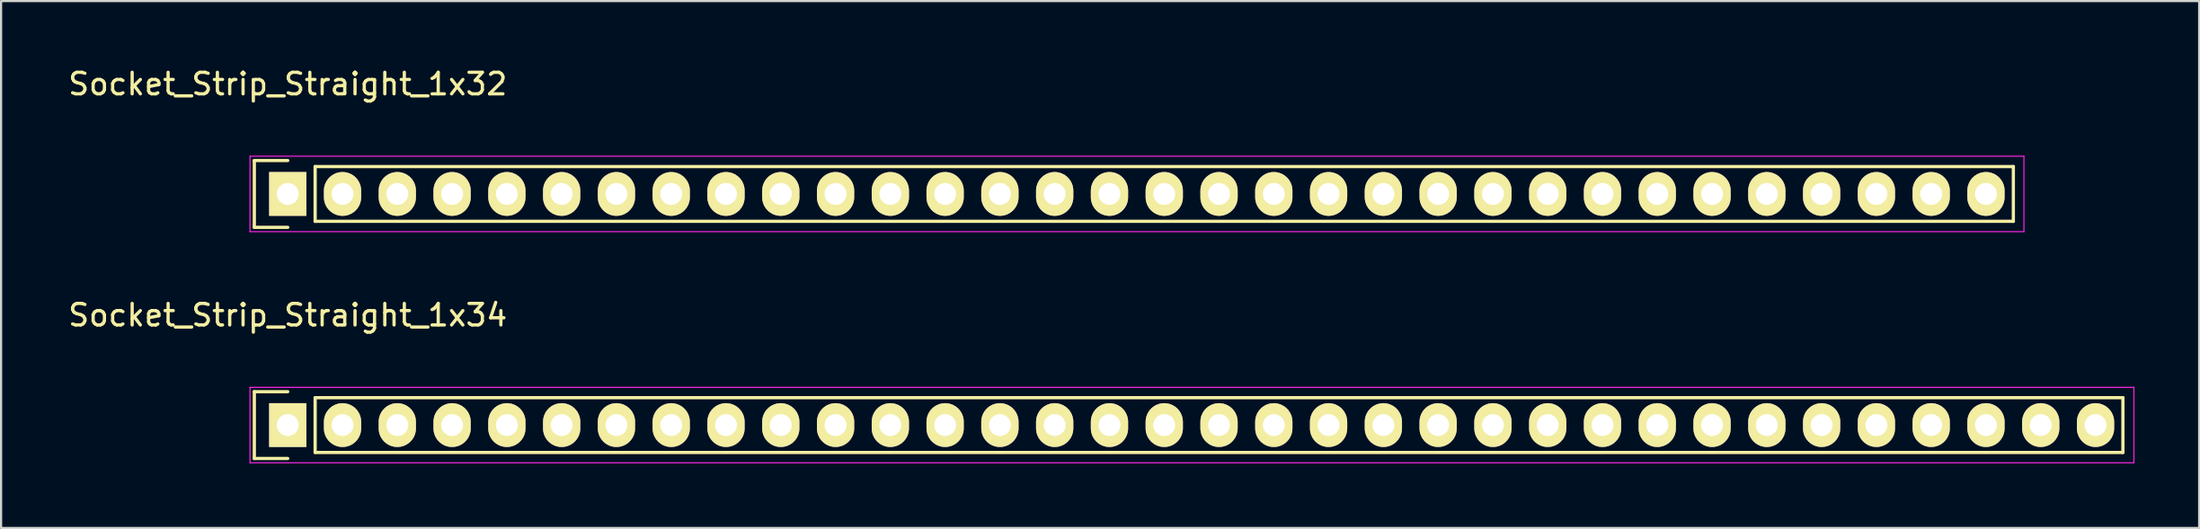
<source format=kicad_pcb>
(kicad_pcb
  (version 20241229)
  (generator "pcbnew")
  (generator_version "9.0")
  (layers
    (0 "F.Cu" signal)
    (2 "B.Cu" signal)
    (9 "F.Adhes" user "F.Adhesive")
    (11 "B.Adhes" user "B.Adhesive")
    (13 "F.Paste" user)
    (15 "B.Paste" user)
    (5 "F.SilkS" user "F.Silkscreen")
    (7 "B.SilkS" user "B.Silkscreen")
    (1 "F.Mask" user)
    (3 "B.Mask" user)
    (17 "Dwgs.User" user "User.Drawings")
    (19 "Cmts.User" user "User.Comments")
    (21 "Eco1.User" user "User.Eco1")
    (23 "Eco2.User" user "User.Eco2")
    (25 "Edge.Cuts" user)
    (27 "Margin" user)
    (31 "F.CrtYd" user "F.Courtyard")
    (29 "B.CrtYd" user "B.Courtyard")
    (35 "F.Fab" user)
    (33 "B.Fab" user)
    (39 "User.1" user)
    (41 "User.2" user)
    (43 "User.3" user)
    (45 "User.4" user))
  (footprint "Socket_Strip_Straight_1x34"
    (layer "F.Cu")
    (at 10.292 16.672)
    (property "Reference" "Socket_Strip_Straight_1x34" (at 0 -5.1 0) (layer "F.SilkS") (effects (font (size 1 1) (thickness 0.15))))
    (attr through_hole)
    (fp_line (start -1.55 -1.55) (end -1.55 1.55) (stroke (width 0.15) (type solid)) (layer "F.SilkS"))
    (fp_line (start -1.55 1.55) (end 0 1.55) (stroke (width 0.15) (type solid)) (layer "F.SilkS"))
    (fp_line (start 0 -1.55) (end -1.55 -1.55) (stroke (width 0.15) (type solid)) (layer "F.SilkS"))
    (fp_line (start 1.27 -1.27) (end 85.09 -1.27) (stroke (width 0.15) (type solid)) (layer "F.SilkS"))
    (fp_line (start 1.27 1.27) (end 1.27 -1.27) (stroke (width 0.15) (type solid)) (layer "F.SilkS"))
    (fp_line (start 85.09 -1.27) (end 85.09 1.27) (stroke (width 0.15) (type solid)) (layer "F.SilkS"))
    (fp_line (start 85.09 1.27) (end 1.27 1.27) (stroke (width 0.15) (type solid)) (layer "F.SilkS"))
    (fp_line (start -1.75 -1.75) (end -1.75 1.75) (stroke (width 0.05) (type solid)) (layer "F.CrtYd"))
    (fp_line (start -1.75 -1.75) (end 85.6 -1.75) (stroke (width 0.05) (type solid)) (layer "F.CrtYd"))
    (fp_line (start -1.75 1.75) (end 85.6 1.75) (stroke (width 0.05) (type solid)) (layer "F.CrtYd"))
    (fp_line (start 85.6 -1.75) (end 85.6 1.75) (stroke (width 0.05) (type solid)) (layer "F.CrtYd"))
    (pad "1" thru_hole rect (at 0 0) (size 1.727 2.032) (drill 1.016) (layers "*.Cu" "*.Mask" "F.SilkS"))
    (pad "2" thru_hole oval (at 2.54 0) (size 1.727 2.032) (drill 1.016) (layers "*.Cu" "*.Mask" "F.SilkS"))
    (pad "3" thru_hole oval (at 5.08 0) (size 1.727 2.032) (drill 1.016) (layers "*.Cu" "*.Mask" "F.SilkS"))
    (pad "4" thru_hole oval (at 7.62 0) (size 1.727 2.032) (drill 1.016) (layers "*.Cu" "*.Mask" "F.SilkS"))
    (pad "5" thru_hole oval (at 10.16 0) (size 1.727 2.032) (drill 1.016) (layers "*.Cu" "*.Mask" "F.SilkS"))
    (pad "6" thru_hole oval (at 12.7 0) (size 1.727 2.032) (drill 1.016) (layers "*.Cu" "*.Mask" "F.SilkS"))
    (pad "7" thru_hole oval (at 15.24 0) (size 1.727 2.032) (drill 1.016) (layers "*.Cu" "*.Mask" "F.SilkS"))
    (pad "8" thru_hole oval (at 17.78 0) (size 1.727 2.032) (drill 1.016) (layers "*.Cu" "*.Mask" "F.SilkS"))
    (pad "9" thru_hole oval (at 20.32 0) (size 1.727 2.032) (drill 1.016) (layers "*.Cu" "*.Mask" "F.SilkS"))
    (pad "10" thru_hole oval (at 22.86 0) (size 1.727 2.032) (drill 1.016) (layers "*.Cu" "*.Mask" "F.SilkS"))
    (pad "11" thru_hole oval (at 25.4 0) (size 1.727 2.032) (drill 1.016) (layers "*.Cu" "*.Mask" "F.SilkS"))
    (pad "12" thru_hole oval (at 27.94 0) (size 1.727 2.032) (drill 1.016) (layers "*.Cu" "*.Mask" "F.SilkS"))
    (pad "13" thru_hole oval (at 30.48 0) (size 1.727 2.032) (drill 1.016) (layers "*.Cu" "*.Mask" "F.SilkS"))
    (pad "14" thru_hole oval (at 33.02 0) (size 1.727 2.032) (drill 1.016) (layers "*.Cu" "*.Mask" "F.SilkS"))
    (pad "15" thru_hole oval (at 35.56 0) (size 1.727 2.032) (drill 1.016) (layers "*.Cu" "*.Mask" "F.SilkS"))
    (pad "16" thru_hole oval (at 38.1 0) (size 1.727 2.032) (drill 1.016) (layers "*.Cu" "*.Mask" "F.SilkS"))
    (pad "17" thru_hole oval (at 40.64 0) (size 1.727 2.032) (drill 1.016) (layers "*.Cu" "*.Mask" "F.SilkS"))
    (pad "18" thru_hole oval (at 43.18 0) (size 1.727 2.032) (drill 1.016) (layers "*.Cu" "*.Mask" "F.SilkS"))
    (pad "19" thru_hole oval (at 45.72 0) (size 1.727 2.032) (drill 1.016) (layers "*.Cu" "*.Mask" "F.SilkS"))
    (pad "20" thru_hole oval (at 48.26 0) (size 1.727 2.032) (drill 1.016) (layers "*.Cu" "*.Mask" "F.SilkS"))
    (pad "21" thru_hole oval (at 50.8 0) (size 1.727 2.032) (drill 1.016) (layers "*.Cu" "*.Mask" "F.SilkS"))
    (pad "22" thru_hole oval (at 53.34 0) (size 1.727 2.032) (drill 1.016) (layers "*.Cu" "*.Mask" "F.SilkS"))
    (pad "23" thru_hole oval (at 55.88 0) (size 1.727 2.032) (drill 1.016) (layers "*.Cu" "*.Mask" "F.SilkS"))
    (pad "24" thru_hole oval (at 58.42 0) (size 1.727 2.032) (drill 1.016) (layers "*.Cu" "*.Mask" "F.SilkS"))
    (pad "25" thru_hole oval (at 60.96 0) (size 1.727 2.032) (drill 1.016) (layers "*.Cu" "*.Mask" "F.SilkS"))
    (pad "26" thru_hole oval (at 63.5 0) (size 1.727 2.032) (drill 1.016) (layers "*.Cu" "*.Mask" "F.SilkS"))
    (pad "27" thru_hole oval (at 66.04 0) (size 1.727 2.032) (drill 1.016) (layers "*.Cu" "*.Mask" "F.SilkS"))
    (pad "28" thru_hole oval (at 68.58 0) (size 1.727 2.032) (drill 1.016) (layers "*.Cu" "*.Mask" "F.SilkS"))
    (pad "29" thru_hole oval (at 71.12 0) (size 1.727 2.032) (drill 1.016) (layers "*.Cu" "*.Mask" "F.SilkS"))
    (pad "30" thru_hole oval (at 73.66 0) (size 1.727 2.032) (drill 1.016) (layers "*.Cu" "*.Mask" "F.SilkS"))
    (pad "31" thru_hole oval (at 76.2 0) (size 1.727 2.032) (drill 1.016) (layers "*.Cu" "*.Mask" "F.SilkS"))
    (pad "32" thru_hole oval (at 78.74 0) (size 1.727 2.032) (drill 1.016) (layers "*.Cu" "*.Mask" "F.SilkS"))
    (pad "33" thru_hole oval (at 81.28 0) (size 1.727 2.032) (drill 1.016) (layers "*.Cu" "*.Mask" "F.SilkS"))
    (pad "34" thru_hole oval (at 83.82 0) (size 1.727 2.032) (drill 1.016) (layers "*.Cu" "*.Mask" "F.SilkS")))
  (footprint "Socket_Strip_Straight_1x32"
    (layer "F.Cu")
    (at 10.292 5.948)
    (property "Reference" "Socket_Strip_Straight_1x32" (at 0 -5.1 0) (layer "F.SilkS") (effects (font (size 1 1) (thickness 0.15))))
    (attr through_hole)
    (fp_line (start -1.55 -1.55) (end -1.55 1.55) (stroke (width 0.15) (type solid)) (layer "F.SilkS"))
    (fp_line (start -1.55 1.55) (end 0 1.55) (stroke (width 0.15) (type solid)) (layer "F.SilkS"))
    (fp_line (start 0 -1.55) (end -1.55 -1.55) (stroke (width 0.15) (type solid)) (layer "F.SilkS"))
    (fp_line (start 1.27 -1.27) (end 80.01 -1.27) (stroke (width 0.15) (type solid)) (layer "F.SilkS"))
    (fp_line (start 1.27 1.27) (end 1.27 -1.27) (stroke (width 0.15) (type solid)) (layer "F.SilkS"))
    (fp_line (start 80.01 -1.27) (end 80.01 1.27) (stroke (width 0.15) (type solid)) (layer "F.SilkS"))
    (fp_line (start 80.01 1.27) (end 1.27 1.27) (stroke (width 0.15) (type solid)) (layer "F.SilkS"))
    (fp_line (start -1.75 -1.75) (end -1.75 1.75) (stroke (width 0.05) (type solid)) (layer "F.CrtYd"))
    (fp_line (start -1.75 -1.75) (end 80.5 -1.75) (stroke (width 0.05) (type solid)) (layer "F.CrtYd"))
    (fp_line (start -1.75 1.75) (end 80.5 1.75) (stroke (width 0.05) (type solid)) (layer "F.CrtYd"))
    (fp_line (start 80.5 -1.75) (end 80.5 1.75) (stroke (width 0.05) (type solid)) (layer "F.CrtYd"))
    (pad "1" thru_hole rect (at 0 0) (size 1.727 2.032) (drill 1.016) (layers "*.Cu" "*.Mask" "F.SilkS"))
    (pad "2" thru_hole oval (at 2.54 0) (size 1.727 2.032) (drill 1.016) (layers "*.Cu" "*.Mask" "F.SilkS"))
    (pad "3" thru_hole oval (at 5.08 0) (size 1.727 2.032) (drill 1.016) (layers "*.Cu" "*.Mask" "F.SilkS"))
    (pad "4" thru_hole oval (at 7.62 0) (size 1.727 2.032) (drill 1.016) (layers "*.Cu" "*.Mask" "F.SilkS"))
    (pad "5" thru_hole oval (at 10.16 0) (size 1.727 2.032) (drill 1.016) (layers "*.Cu" "*.Mask" "F.SilkS"))
    (pad "6" thru_hole oval (at 12.7 0) (size 1.727 2.032) (drill 1.016) (layers "*.Cu" "*.Mask" "F.SilkS"))
    (pad "7" thru_hole oval (at 15.24 0) (size 1.727 2.032) (drill 1.016) (layers "*.Cu" "*.Mask" "F.SilkS"))
    (pad "8" thru_hole oval (at 17.78 0) (size 1.727 2.032) (drill 1.016) (layers "*.Cu" "*.Mask" "F.SilkS"))
    (pad "9" thru_hole oval (at 20.32 0) (size 1.727 2.032) (drill 1.016) (layers "*.Cu" "*.Mask" "F.SilkS"))
    (pad "10" thru_hole oval (at 22.86 0) (size 1.727 2.032) (drill 1.016) (layers "*.Cu" "*.Mask" "F.SilkS"))
    (pad "11" thru_hole oval (at 25.4 0) (size 1.727 2.032) (drill 1.016) (layers "*.Cu" "*.Mask" "F.SilkS"))
    (pad "12" thru_hole oval (at 27.94 0) (size 1.727 2.032) (drill 1.016) (layers "*.Cu" "*.Mask" "F.SilkS"))
    (pad "13" thru_hole oval (at 30.48 0) (size 1.727 2.032) (drill 1.016) (layers "*.Cu" "*.Mask" "F.SilkS"))
    (pad "14" thru_hole oval (at 33.02 0) (size 1.727 2.032) (drill 1.016) (layers "*.Cu" "*.Mask" "F.SilkS"))
    (pad "15" thru_hole oval (at 35.56 0) (size 1.727 2.032) (drill 1.016) (layers "*.Cu" "*.Mask" "F.SilkS"))
    (pad "16" thru_hole oval (at 38.1 0) (size 1.727 2.032) (drill 1.016) (layers "*.Cu" "*.Mask" "F.SilkS"))
    (pad "17" thru_hole oval (at 40.64 0) (size 1.727 2.032) (drill 1.016) (layers "*.Cu" "*.Mask" "F.SilkS"))
    (pad "18" thru_hole oval (at 43.18 0) (size 1.727 2.032) (drill 1.016) (layers "*.Cu" "*.Mask" "F.SilkS"))
    (pad "19" thru_hole oval (at 45.72 0) (size 1.727 2.032) (drill 1.016) (layers "*.Cu" "*.Mask" "F.SilkS"))
    (pad "20" thru_hole oval (at 48.26 0) (size 1.727 2.032) (drill 1.016) (layers "*.Cu" "*.Mask" "F.SilkS"))
    (pad "21" thru_hole oval (at 50.8 0) (size 1.727 2.032) (drill 1.016) (layers "*.Cu" "*.Mask" "F.SilkS"))
    (pad "22" thru_hole oval (at 53.34 0) (size 1.727 2.032) (drill 1.016) (layers "*.Cu" "*.Mask" "F.SilkS"))
    (pad "23" thru_hole oval (at 55.88 0) (size 1.727 2.032) (drill 1.016) (layers "*.Cu" "*.Mask" "F.SilkS"))
    (pad "24" thru_hole oval (at 58.42 0) (size 1.727 2.032) (drill 1.016) (layers "*.Cu" "*.Mask" "F.SilkS"))
    (pad "25" thru_hole oval (at 60.96 0) (size 1.727 2.032) (drill 1.016) (layers "*.Cu" "*.Mask" "F.SilkS"))
    (pad "26" thru_hole oval (at 63.5 0) (size 1.727 2.032) (drill 1.016) (layers "*.Cu" "*.Mask" "F.SilkS"))
    (pad "27" thru_hole oval (at 66.04 0) (size 1.727 2.032) (drill 1.016) (layers "*.Cu" "*.Mask" "F.SilkS"))
    (pad "28" thru_hole oval (at 68.58 0) (size 1.727 2.032) (drill 1.016) (layers "*.Cu" "*.Mask" "F.SilkS"))
    (pad "29" thru_hole oval (at 71.12 0) (size 1.727 2.032) (drill 1.016) (layers "*.Cu" "*.Mask" "F.SilkS"))
    (pad "30" thru_hole oval (at 73.66 0) (size 1.727 2.032) (drill 1.016) (layers "*.Cu" "*.Mask" "F.SilkS"))
    (pad "31" thru_hole oval (at 76.2 0) (size 1.727 2.032) (drill 1.016) (layers "*.Cu" "*.Mask" "F.SilkS"))
    (pad "32" thru_hole oval (at 78.74 0) (size 1.727 2.032) (drill 1.016) (layers "*.Cu" "*.Mask" "F.SilkS")))
  (gr_rect
    (start -3 -3)
    (end 98.917 21.447)
    (stroke (width 0.1) (type default))
    (fill no)
    (layer "Edge.Cuts")))
</source>
